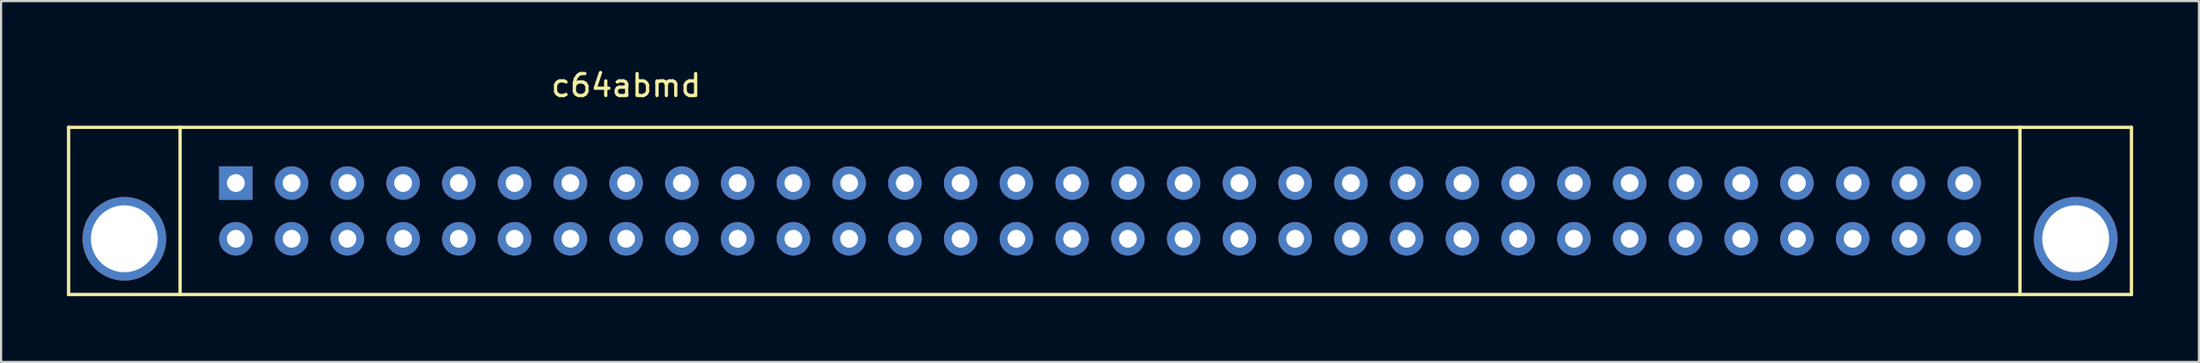
<source format=kicad_pcb>
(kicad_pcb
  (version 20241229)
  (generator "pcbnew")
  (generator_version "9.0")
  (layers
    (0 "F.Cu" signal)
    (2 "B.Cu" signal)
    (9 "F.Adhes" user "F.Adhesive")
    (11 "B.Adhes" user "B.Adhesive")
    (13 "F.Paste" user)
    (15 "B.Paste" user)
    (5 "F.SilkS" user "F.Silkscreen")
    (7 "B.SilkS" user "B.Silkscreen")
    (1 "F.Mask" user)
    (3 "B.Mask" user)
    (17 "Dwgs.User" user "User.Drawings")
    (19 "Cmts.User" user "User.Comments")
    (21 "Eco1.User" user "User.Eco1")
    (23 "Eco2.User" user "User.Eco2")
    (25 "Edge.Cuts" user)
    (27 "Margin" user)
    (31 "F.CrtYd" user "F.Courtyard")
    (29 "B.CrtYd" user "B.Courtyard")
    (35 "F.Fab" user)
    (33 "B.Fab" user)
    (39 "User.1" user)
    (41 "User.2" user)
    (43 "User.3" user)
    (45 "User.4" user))
  (footprint "c64abmd"
    (layer "F.Cu")
    (at 47.065 6.563)
    (property "Reference" "c64abmd" (at -21.59 -5.715 0) (layer "F.SilkS") (effects (font (size 1 1) (thickness 0.15))))
    (attr through_hole)
    (fp_line (start -46.99 -3.81) (end 46.99 -3.81) (stroke (width 0.15) (type solid)) (layer "F.SilkS"))
    (fp_line (start -46.99 3.81) (end -46.99 -3.81) (stroke (width 0.15) (type solid)) (layer "F.SilkS"))
    (fp_line (start -46.99 3.81) (end 46.99 3.81) (stroke (width 0.15) (type solid)) (layer "F.SilkS"))
    (fp_line (start -41.91 3.81) (end -41.91 -3.81) (stroke (width 0.15) (type solid)) (layer "F.SilkS"))
    (fp_line (start 41.91 3.81) (end 41.91 -3.81) (stroke (width 0.15) (type solid)) (layer "F.SilkS"))
    (fp_line (start 46.99 -3.81) (end 46.99 3.81) (stroke (width 0.15) (type solid)) (layer "F.SilkS"))
    (pad "65" thru_hole circle (at -44.45 1.27) (size 3.81 3.81) (drill 3.048) (layers "*.Cu" "*.Mask"))
    (pad "66" thru_hole circle (at 44.45 1.27) (size 3.81 3.81) (drill 3.048) (layers "*.Cu" "*.Mask"))
    (pad "A1" thru_hole rect (at -39.37 -1.27) (size 1.524 1.524) (drill 0.813) (layers "*.Cu" "*.Mask"))
    (pad "A2" thru_hole circle (at -36.83 -1.27) (size 1.524 1.524) (drill 0.813) (layers "*.Cu" "*.Mask"))
    (pad "A3" thru_hole circle (at -34.29 -1.27) (size 1.524 1.524) (drill 0.813) (layers "*.Cu" "*.Mask"))
    (pad "A4" thru_hole circle (at -31.75 -1.27) (size 1.524 1.524) (drill 0.813) (layers "*.Cu" "*.Mask"))
    (pad "A5" thru_hole circle (at -29.21 -1.27) (size 1.524 1.524) (drill 0.813) (layers "*.Cu" "*.Mask"))
    (pad "A6" thru_hole circle (at -26.67 -1.27) (size 1.524 1.524) (drill 0.813) (layers "*.Cu" "*.Mask"))
    (pad "A7" thru_hole circle (at -24.13 -1.27) (size 1.524 1.524) (drill 0.813) (layers "*.Cu" "*.Mask"))
    (pad "A8" thru_hole circle (at -21.59 -1.27) (size 1.524 1.524) (drill 0.813) (layers "*.Cu" "*.Mask"))
    (pad "A9" thru_hole circle (at -19.05 -1.27) (size 1.524 1.524) (drill 0.813) (layers "*.Cu" "*.Mask"))
    (pad "A10" thru_hole circle (at -16.51 -1.27) (size 1.524 1.524) (drill 0.813) (layers "*.Cu" "*.Mask"))
    (pad "A11" thru_hole circle (at -13.97 -1.27) (size 1.524 1.524) (drill 0.813) (layers "*.Cu" "*.Mask"))
    (pad "A12" thru_hole circle (at -11.43 -1.27) (size 1.524 1.524) (drill 0.813) (layers "*.Cu" "*.Mask"))
    (pad "A13" thru_hole circle (at -8.89 -1.27) (size 1.524 1.524) (drill 0.813) (layers "*.Cu" "*.Mask"))
    (pad "A14" thru_hole circle (at -6.35 -1.27) (size 1.524 1.524) (drill 0.813) (layers "*.Cu" "*.Mask"))
    (pad "A15" thru_hole circle (at -3.81 -1.27) (size 1.524 1.524) (drill 0.813) (layers "*.Cu" "*.Mask"))
    (pad "A16" thru_hole circle (at -1.27 -1.27) (size 1.524 1.524) (drill 0.813) (layers "*.Cu" "*.Mask"))
    (pad "A17" thru_hole circle (at 1.27 -1.27) (size 1.524 1.524) (drill 0.813) (layers "*.Cu" "*.Mask"))
    (pad "A18" thru_hole circle (at 3.81 -1.27) (size 1.524 1.524) (drill 0.813) (layers "*.Cu" "*.Mask"))
    (pad "A19" thru_hole circle (at 6.35 -1.27) (size 1.524 1.524) (drill 0.813) (layers "*.Cu" "*.Mask"))
    (pad "A20" thru_hole circle (at 8.89 -1.27) (size 1.524 1.524) (drill 0.813) (layers "*.Cu" "*.Mask"))
    (pad "A21" thru_hole circle (at 11.43 -1.27) (size 1.524 1.524) (drill 0.813) (layers "*.Cu" "*.Mask"))
    (pad "A22" thru_hole circle (at 13.97 -1.27) (size 1.524 1.524) (drill 0.813) (layers "*.Cu" "*.Mask"))
    (pad "A23" thru_hole circle (at 16.51 -1.27) (size 1.524 1.524) (drill 0.813) (layers "*.Cu" "*.Mask"))
    (pad "A24" thru_hole circle (at 19.05 -1.27) (size 1.524 1.524) (drill 0.813) (layers "*.Cu" "*.Mask"))
    (pad "A25" thru_hole circle (at 21.59 -1.27) (size 1.524 1.524) (drill 0.813) (layers "*.Cu" "*.Mask"))
    (pad "A26" thru_hole circle (at 24.13 -1.27) (size 1.524 1.524) (drill 0.813) (layers "*.Cu" "*.Mask"))
    (pad "A27" thru_hole circle (at 26.67 -1.27) (size 1.524 1.524) (drill 0.813) (layers "*.Cu" "*.Mask"))
    (pad "A28" thru_hole circle (at 29.21 -1.27) (size 1.524 1.524) (drill 0.813) (layers "*.Cu" "*.Mask"))
    (pad "A29" thru_hole circle (at 31.75 -1.27) (size 1.524 1.524) (drill 0.813) (layers "*.Cu" "*.Mask"))
    (pad "A30" thru_hole circle (at 34.29 -1.27) (size 1.524 1.524) (drill 0.813) (layers "*.Cu" "*.Mask"))
    (pad "A31" thru_hole circle (at 36.83 -1.27) (size 1.524 1.524) (drill 0.813) (layers "*.Cu" "*.Mask"))
    (pad "A32" thru_hole circle (at 39.37 -1.27) (size 1.524 1.524) (drill 0.813) (layers "*.Cu" "*.Mask"))
    (pad "B1" thru_hole circle (at -39.37 1.27) (size 1.524 1.524) (drill 0.813) (layers "*.Cu" "*.Mask"))
    (pad "B2" thru_hole circle (at -36.83 1.27) (size 1.524 1.524) (drill 0.813) (layers "*.Cu" "*.Mask"))
    (pad "B3" thru_hole circle (at -34.29 1.27) (size 1.524 1.524) (drill 0.813) (layers "*.Cu" "*.Mask"))
    (pad "B4" thru_hole circle (at -31.75 1.27) (size 1.524 1.524) (drill 0.813) (layers "*.Cu" "*.Mask"))
    (pad "B5" thru_hole circle (at -29.21 1.27) (size 1.524 1.524) (drill 0.813) (layers "*.Cu" "*.Mask"))
    (pad "B6" thru_hole circle (at -26.67 1.27) (size 1.524 1.524) (drill 0.813) (layers "*.Cu" "*.Mask"))
    (pad "B7" thru_hole circle (at -24.13 1.27) (size 1.524 1.524) (drill 0.813) (layers "*.Cu" "*.Mask"))
    (pad "B8" thru_hole circle (at -21.59 1.27) (size 1.524 1.524) (drill 0.813) (layers "*.Cu" "*.Mask"))
    (pad "B9" thru_hole circle (at -19.05 1.27) (size 1.524 1.524) (drill 0.813) (layers "*.Cu" "*.Mask"))
    (pad "B10" thru_hole circle (at -16.51 1.27) (size 1.524 1.524) (drill 0.813) (layers "*.Cu" "*.Mask"))
    (pad "B11" thru_hole circle (at -13.97 1.27) (size 1.524 1.524) (drill 0.813) (layers "*.Cu" "*.Mask"))
    (pad "B12" thru_hole circle (at -11.43 1.27) (size 1.524 1.524) (drill 0.813) (layers "*.Cu" "*.Mask"))
    (pad "B13" thru_hole circle (at -8.89 1.27) (size 1.524 1.524) (drill 0.813) (layers "*.Cu" "*.Mask"))
    (pad "B14" thru_hole circle (at -6.35 1.27) (size 1.524 1.524) (drill 0.813) (layers "*.Cu" "*.Mask"))
    (pad "B15" thru_hole circle (at -3.81 1.27) (size 1.524 1.524) (drill 0.813) (layers "*.Cu" "*.Mask"))
    (pad "B16" thru_hole circle (at -1.27 1.27) (size 1.524 1.524) (drill 0.813) (layers "*.Cu" "*.Mask"))
    (pad "B17" thru_hole circle (at 1.27 1.27) (size 1.524 1.524) (drill 0.813) (layers "*.Cu" "*.Mask"))
    (pad "B18" thru_hole circle (at 3.81 1.27) (size 1.524 1.524) (drill 0.813) (layers "*.Cu" "*.Mask"))
    (pad "B19" thru_hole circle (at 6.35 1.27) (size 1.524 1.524) (drill 0.813) (layers "*.Cu" "*.Mask"))
    (pad "B20" thru_hole circle (at 8.89 1.27) (size 1.524 1.524) (drill 0.813) (layers "*.Cu" "*.Mask"))
    (pad "B21" thru_hole circle (at 11.43 1.27) (size 1.524 1.524) (drill 0.813) (layers "*.Cu" "*.Mask"))
    (pad "B22" thru_hole circle (at 13.97 1.27) (size 1.524 1.524) (drill 0.813) (layers "*.Cu" "*.Mask"))
    (pad "B23" thru_hole circle (at 16.51 1.27) (size 1.524 1.524) (drill 0.813) (layers "*.Cu" "*.Mask"))
    (pad "B24" thru_hole circle (at 19.05 1.27) (size 1.524 1.524) (drill 0.813) (layers "*.Cu" "*.Mask"))
    (pad "B25" thru_hole circle (at 21.59 1.27) (size 1.524 1.524) (drill 0.813) (layers "*.Cu" "*.Mask"))
    (pad "B26" thru_hole circle (at 24.13 1.27) (size 1.524 1.524) (drill 0.813) (layers "*.Cu" "*.Mask"))
    (pad "B27" thru_hole circle (at 26.67 1.27) (size 1.524 1.524) (drill 0.813) (layers "*.Cu" "*.Mask"))
    (pad "B28" thru_hole circle (at 29.21 1.27) (size 1.524 1.524) (drill 0.813) (layers "*.Cu" "*.Mask"))
    (pad "B29" thru_hole circle (at 31.75 1.27) (size 1.524 1.524) (drill 0.813) (layers "*.Cu" "*.Mask"))
    (pad "B30" thru_hole circle (at 34.29 1.27) (size 1.524 1.524) (drill 0.813) (layers "*.Cu" "*.Mask"))
    (pad "B31" thru_hole circle (at 36.83 1.27) (size 1.524 1.524) (drill 0.813) (layers "*.Cu" "*.Mask"))
    (pad "B32" thru_hole circle (at 39.37 1.27) (size 1.524 1.524) (drill 0.813) (layers "*.Cu" "*.Mask")))
  (gr_rect
    (start -3 -3)
    (end 97.13 13.448)
    (stroke (width 0.1) (type default))
    (fill no)
    (layer "Edge.Cuts")))
</source>
